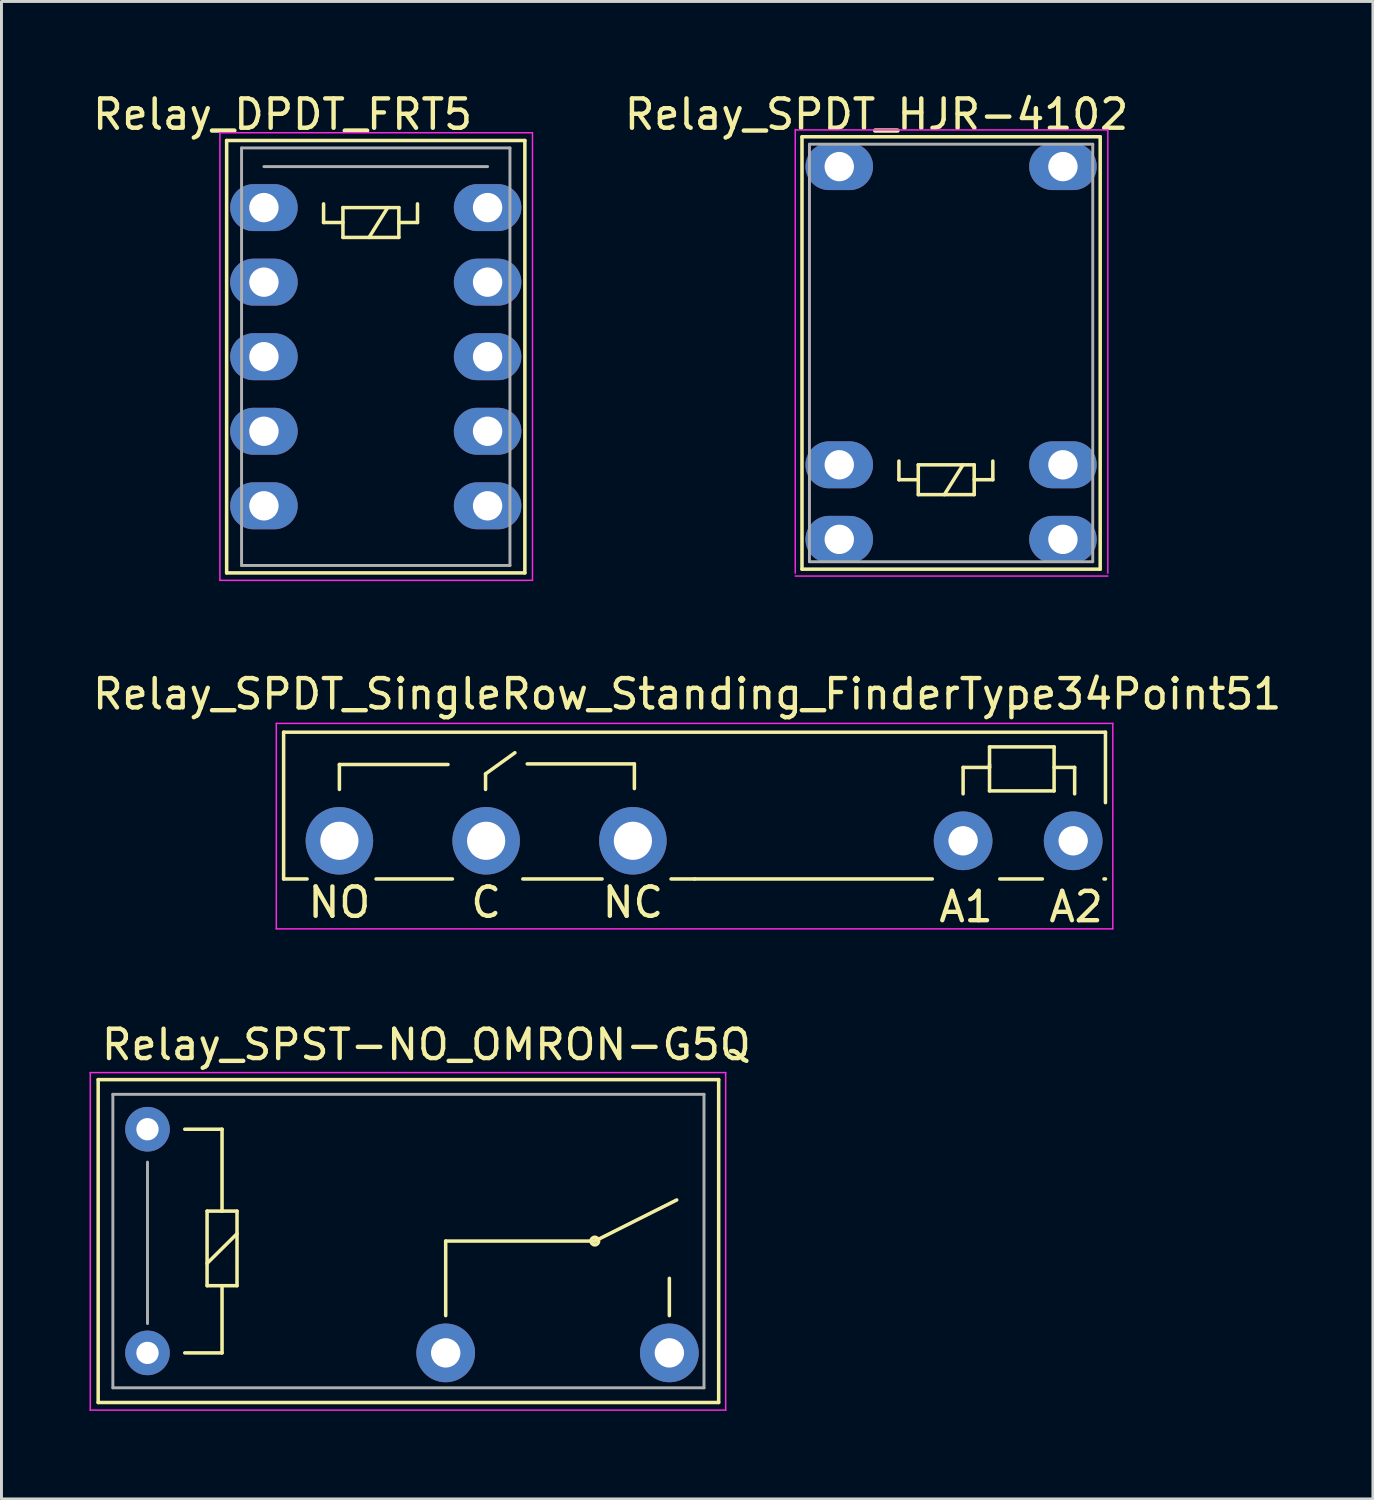
<source format=kicad_pcb>
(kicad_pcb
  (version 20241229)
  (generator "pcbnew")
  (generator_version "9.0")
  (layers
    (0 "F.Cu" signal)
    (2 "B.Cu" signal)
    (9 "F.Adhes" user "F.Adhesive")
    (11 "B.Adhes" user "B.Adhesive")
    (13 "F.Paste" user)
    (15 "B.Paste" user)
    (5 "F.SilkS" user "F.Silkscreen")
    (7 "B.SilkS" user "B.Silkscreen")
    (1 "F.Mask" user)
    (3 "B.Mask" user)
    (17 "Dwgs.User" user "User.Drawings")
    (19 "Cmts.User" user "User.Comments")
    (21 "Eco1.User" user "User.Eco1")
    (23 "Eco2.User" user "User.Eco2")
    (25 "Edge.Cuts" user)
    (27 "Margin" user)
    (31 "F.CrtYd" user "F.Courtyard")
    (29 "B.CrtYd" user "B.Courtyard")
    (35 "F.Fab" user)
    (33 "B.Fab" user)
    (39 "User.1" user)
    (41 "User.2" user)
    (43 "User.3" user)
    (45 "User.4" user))
  (footprint "Relay_SPDT_SingleRow_Standing_FinderType34Point51"
    (layer "F.Cu")
    (at 20.363 25.596)
    (property "Reference" "Relay_SPDT_SingleRow_Standing_FinderType34Point51" (at 0 -5 0) (layer "F.SilkS") (effects (font (size 1 1) (thickness 0.15))))
    (attr through_hole)
    (fp_line (start -13.75 -3.7) (end 14.25 -3.7) (stroke (width 0.12) (type solid)) (layer "F.SilkS"))
    (fp_line (start -13.75 1.3) (end -13.75 -3.7) (stroke (width 0.12) (type solid)) (layer "F.SilkS"))
    (fp_line (start -12.95 1.3) (end -13.75 1.3) (stroke (width 0.12) (type solid)) (layer "F.SilkS"))
    (fp_line (start -11.85 -2.6) (end -11.85 -1.75) (stroke (width 0.12) (type solid)) (layer "F.SilkS"))
    (fp_line (start -8.15 -2.6) (end -11.85 -2.6) (stroke (width 0.12) (type solid)) (layer "F.SilkS"))
    (fp_line (start -8 1.3) (end -10.6 1.3) (stroke (width 0.12) (type solid)) (layer "F.SilkS"))
    (fp_line (start -6.87 -2.28) (end -5.87 -3) (stroke (width 0.12) (type solid)) (layer "F.SilkS"))
    (fp_line (start -6.87 -1.75) (end -6.87 -2.28) (stroke (width 0.12) (type solid)) (layer "F.SilkS"))
    (fp_line (start -5.45 -2.62) (end -1.8 -2.62) (stroke (width 0.12) (type solid)) (layer "F.SilkS"))
    (fp_line (start -2.9 1.3) (end -5.6 1.3) (stroke (width 0.12) (type solid)) (layer "F.SilkS"))
    (fp_line (start -1.8 -2.62) (end -1.8 -1.78) (stroke (width 0.12) (type solid)) (layer "F.SilkS"))
    (fp_line (start 0.25 1.3) (end -0.55 1.3) (stroke (width 0.12) (type solid)) (layer "F.SilkS"))
    (fp_line (start 8.35 1.3) (end 0.25 1.3) (stroke (width 0.12) (type solid)) (layer "F.SilkS"))
    (fp_line (start 9.4 -2.5) (end 10.3 -2.5) (stroke (width 0.12) (type solid)) (layer "F.SilkS"))
    (fp_line (start 9.4 -1.6) (end 9.4 -2.5) (stroke (width 0.12) (type solid)) (layer "F.SilkS"))
    (fp_line (start 10.3 -3.2) (end 12.5 -3.2) (stroke (width 0.12) (type solid)) (layer "F.SilkS"))
    (fp_line (start 10.3 -2.5) (end 10.3 -3.2) (stroke (width 0.12) (type solid)) (layer "F.SilkS"))
    (fp_line (start 10.3 -1.7) (end 10.3 -2.6) (stroke (width 0.12) (type solid)) (layer "F.SilkS"))
    (fp_line (start 12.1 1.3) (end 10.65 1.3) (stroke (width 0.12) (type solid)) (layer "F.SilkS"))
    (fp_line (start 12.5 -3.2) (end 12.5 -1.7) (stroke (width 0.12) (type solid)) (layer "F.SilkS"))
    (fp_line (start 12.5 -2.5) (end 13.2 -2.5) (stroke (width 0.12) (type solid)) (layer "F.SilkS"))
    (fp_line (start 12.5 -1.7) (end 10.3 -1.7) (stroke (width 0.12) (type solid)) (layer "F.SilkS"))
    (fp_line (start 13.2 -2.5) (end 13.2 -1.6) (stroke (width 0.12) (type solid)) (layer "F.SilkS"))
    (fp_line (start 14.25 -3.7) (end 14.25 -1.3) (stroke (width 0.12) (type solid)) (layer "F.SilkS"))
    (fp_line (start 14.25 1.3) (end 14.2 1.3) (stroke (width 0.12) (type solid)) (layer "F.SilkS"))
    (fp_line (start -14 -4) (end -14 3) (stroke (width 0.05) (type solid)) (layer "F.CrtYd"))
    (fp_line (start -14 -4) (end 14.5 -4) (stroke (width 0.05) (type solid)) (layer "F.CrtYd"))
    (fp_line (start -14 3) (end 14.5 3) (stroke (width 0.05) (type solid)) (layer "F.CrtYd"))
    (fp_line (start 14.5 -4) (end 14.5 3) (stroke (width 0.05) (type solid)) (layer "F.CrtYd"))
    (fp_text user "C" (at -6.85 2.1 0) (layer "F.SilkS") (effects (font (size 1 1) (thickness 0.15))))
    (fp_text user "NC" (at -1.85 2.1 0) (layer "F.SilkS") (effects (font (size 1 1) (thickness 0.15))))
    (fp_text user "A2" (at 13.25 2.25 0) (layer "F.SilkS") (effects (font (size 1 1) (thickness 0.15))))
    (fp_text user "NO" (at -11.85 2.1 0) (layer "F.SilkS") (effects (font (size 1 1) (thickness 0.15))))
    (fp_text user "A1" (at 9.5 2.25 0) (layer "F.SilkS") (effects (font (size 1 1) (thickness 0.15))))
    (pad "11" thru_hole circle (at -6.85 0 180) (size 2.3 2.3) (drill 1.3) (layers "*.Cu" "*.Mask"))
    (pad "12" thru_hole circle (at -1.85 0 180) (size 2.3 2.3) (drill 1.3) (layers "*.Cu" "*.Mask"))
    (pad "14" thru_hole circle (at -11.85 0 180) (size 2.3 2.3) (drill 1.3) (layers "*.Cu" "*.Mask"))
    (pad "A1" thru_hole circle (at 9.4 0 180) (size 2 2) (drill 1) (layers "*.Cu" "*.Mask"))
    (pad "A2" thru_hole circle (at 13.15 0 180) (size 2 2) (drill 1) (layers "*.Cu" "*.Mask")))
  (footprint "Relay_SPST-NO_OMRON-G5Q"
    (layer "F.Cu")
    (at 1.975 43.043)
    (property "Reference" "Relay_SPST-NO_OMRON-G5Q" (at 9.5 -10.5 180) (layer "F.SilkS") (effects (font (size 1 1) (thickness 0.15))))
    (attr through_hole)
    (fp_line (start -1.68 -9.31) (end 19.46 -9.31) (stroke (width 0.12) (type solid)) (layer "F.SilkS"))
    (fp_line (start -1.68 1.69) (end -1.68 -9.31) (stroke (width 0.12) (type solid)) (layer "F.SilkS"))
    (fp_line (start -1.68 1.69) (end 19.46 1.69) (stroke (width 0.12) (type solid)) (layer "F.SilkS"))
    (fp_line (start 1.27 0) (end 2.54 0) (stroke (width 0.12) (type solid)) (layer "F.SilkS"))
    (fp_line (start 2.03 -4.83) (end 2.54 -4.83) (stroke (width 0.12) (type solid)) (layer "F.SilkS"))
    (fp_line (start 2.03 -3.05) (end 3.05 -4.06) (stroke (width 0.12) (type solid)) (layer "F.SilkS"))
    (fp_line (start 2.03 -2.29) (end 2.03 -4.83) (stroke (width 0.12) (type solid)) (layer "F.SilkS"))
    (fp_line (start 2.54 -7.62) (end 1.27 -7.62) (stroke (width 0.12) (type solid)) (layer "F.SilkS"))
    (fp_line (start 2.54 -4.83) (end 2.54 -7.62) (stroke (width 0.12) (type solid)) (layer "F.SilkS"))
    (fp_line (start 2.54 -4.83) (end 3.05 -4.83) (stroke (width 0.12) (type solid)) (layer "F.SilkS"))
    (fp_line (start 2.54 -2.29) (end 2.03 -2.29) (stroke (width 0.12) (type solid)) (layer "F.SilkS"))
    (fp_line (start 2.54 0) (end 2.54 -2.29) (stroke (width 0.12) (type solid)) (layer "F.SilkS"))
    (fp_line (start 3.05 -4.83) (end 3.05 -2.29) (stroke (width 0.12) (type solid)) (layer "F.SilkS"))
    (fp_line (start 3.05 -2.29) (end 2.54 -2.29) (stroke (width 0.12) (type solid)) (layer "F.SilkS"))
    (fp_line (start 10.16 -3.81) (end 15.24 -3.81) (stroke (width 0.12) (type solid)) (layer "F.SilkS"))
    (fp_line (start 10.16 -1.27) (end 10.16 -3.81) (stroke (width 0.12) (type solid)) (layer "F.SilkS"))
    (fp_line (start 15.24 -3.81) (end 18.03 -5.21) (stroke (width 0.12) (type solid)) (layer "F.SilkS"))
    (fp_line (start 17.78 -1.27) (end 17.78 -2.54) (stroke (width 0.12) (type solid)) (layer "F.SilkS"))
    (fp_line (start 19.46 1.69) (end 19.46 -9.31) (stroke (width 0.12) (type solid)) (layer "F.SilkS"))
    (fp_circle (center 15.24 -3.81) (end 15.24 -3.68) (stroke (width 0.12) (type solid)) (fill no) (layer "F.SilkS"))
    (fp_line (start -1.95 -9.55) (end 19.7 -9.55) (stroke (width 0.05) (type solid)) (layer "F.CrtYd"))
    (fp_line (start -1.95 1.95) (end -1.95 -9.55) (stroke (width 0.05) (type solid)) (layer "F.CrtYd"))
    (fp_line (start 19.7 -9.55) (end 19.7 1.95) (stroke (width 0.05) (type solid)) (layer "F.CrtYd"))
    (fp_line (start 19.7 1.95) (end -1.95 1.95) (stroke (width 0.05) (type solid)) (layer "F.CrtYd"))
    (fp_line (start -1.18 -8.81) (end 18.96 -8.81) (stroke (width 0.1) (type solid)) (layer "F.Fab"))
    (fp_line (start -1.18 1.19) (end -1.18 -8.81) (stroke (width 0.1) (type solid)) (layer "F.Fab"))
    (fp_line (start 0 -1) (end 0 -6.5) (stroke (width 0.1) (type solid)) (layer "F.Fab"))
    (fp_line (start 18.96 -8.81) (end 18.96 1.19) (stroke (width 0.1) (type solid)) (layer "F.Fab"))
    (fp_line (start 18.96 1.19) (end -1.18 1.19) (stroke (width 0.1) (type solid)) (layer "F.Fab"))
    (pad "1" thru_hole circle (at 0 0 180) (size 1.52 1.52) (drill 0.76) (layers "*.Cu" "*.Mask"))
    (pad "2" thru_hole circle (at 10.16 0 180) (size 2 2) (drill 1) (layers "*.Cu" "*.Mask"))
    (pad "3" thru_hole circle (at 17.78 0 180) (size 2 2) (drill 1) (layers "*.Cu" "*.Mask"))
    (pad "5" thru_hole circle (at 0 -7.62 180) (size 1.52 1.52) (drill 0.76) (layers "*.Cu" "*.Mask")))
  (footprint "Relay_DPDT_FRT5"
    (layer "F.Cu")
    (at 5.942 4.023)
    (property "Reference" "Relay_DPDT_FRT5" (at 0.635 -3.175 0) (layer "F.SilkS") (effects (font (size 1 1) (thickness 0.15))))
    (attr through_hole)
    (fp_line (start -1.27 -2.286) (end 8.89 -2.286) (stroke (width 0.12) (type solid)) (layer "F.SilkS"))
    (fp_line (start -1.27 12.446) (end -1.27 -2.286) (stroke (width 0.12) (type solid)) (layer "F.SilkS"))
    (fp_line (start 2.032 -0.127) (end 2.032 0.508) (stroke (width 0.12) (type solid)) (layer "F.SilkS"))
    (fp_line (start 2.032 0.508) (end 2.692 0.508) (stroke (width 0.12) (type solid)) (layer "F.SilkS"))
    (fp_line (start 2.692 0) (end 2.692 1.016) (stroke (width 0.12) (type solid)) (layer "F.SilkS"))
    (fp_line (start 2.692 1.016) (end 4.597 1.016) (stroke (width 0.12) (type solid)) (layer "F.SilkS"))
    (fp_line (start 4.216 0) (end 3.581 1.016) (stroke (width 0.12) (type solid)) (layer "F.SilkS"))
    (fp_line (start 4.597 0) (end 2.692 0) (stroke (width 0.12) (type solid)) (layer "F.SilkS"))
    (fp_line (start 4.597 0) (end 4.597 1.016) (stroke (width 0.12) (type solid)) (layer "F.SilkS"))
    (fp_line (start 5.232 -0.127) (end 5.232 0.508) (stroke (width 0.12) (type solid)) (layer "F.SilkS"))
    (fp_line (start 5.232 0.508) (end 4.597 0.508) (stroke (width 0.12) (type solid)) (layer "F.SilkS"))
    (fp_line (start 8.89 -2.286) (end 8.89 12.446) (stroke (width 0.12) (type solid)) (layer "F.SilkS"))
    (fp_line (start 8.89 12.446) (end -1.27 12.446) (stroke (width 0.12) (type solid)) (layer "F.SilkS"))
    (fp_line (start -1.5 -2.55) (end 9.15 -2.55) (stroke (width 0.05) (type solid)) (layer "F.CrtYd"))
    (fp_line (start -1.5 12.7) (end -1.5 -2.55) (stroke (width 0.05) (type solid)) (layer "F.CrtYd"))
    (fp_line (start 9.15 -2.55) (end 9.15 12.7) (stroke (width 0.05) (type solid)) (layer "F.CrtYd"))
    (fp_line (start 9.15 12.7) (end -1.5 12.7) (stroke (width 0.05) (type solid)) (layer "F.CrtYd"))
    (fp_line (start -0.762 -2.032) (end 8.382 -2.032) (stroke (width 0.1) (type solid)) (layer "F.Fab"))
    (fp_line (start -0.762 12.192) (end -0.762 -2.032) (stroke (width 0.1) (type solid)) (layer "F.Fab"))
    (fp_line (start 0 -1.397) (end 7.62 -1.397) (stroke (width 0.1) (type solid)) (layer "F.Fab"))
    (fp_line (start 8.382 -2.032) (end 8.382 12.192) (stroke (width 0.1) (type solid)) (layer "F.Fab"))
    (fp_line (start 8.382 12.192) (end -0.762 12.192) (stroke (width 0.1) (type solid)) (layer "F.Fab"))
    (pad "1" thru_hole oval (at 0 0) (size 2.3 1.6) (drill 1) (layers "*.Cu" "*.Mask"))
    (pad "2" thru_hole oval (at 0 2.54) (size 2.3 1.6) (drill 1) (layers "*.Cu" "*.Mask"))
    (pad "3" thru_hole oval (at 0 5.08) (size 2.3 1.6) (drill 1) (layers "*.Cu" "*.Mask"))
    (pad "4" thru_hole oval (at 0 7.62) (size 2.3 1.6) (drill 1) (layers "*.Cu" "*.Mask"))
    (pad "5" thru_hole oval (at 0 10.16) (size 2.3 1.6) (drill 1) (layers "*.Cu" "*.Mask"))
    (pad "6" thru_hole oval (at 7.62 10.16) (size 2.3 1.6) (drill 1) (layers "*.Cu" "*.Mask"))
    (pad "7" thru_hole oval (at 7.62 7.62) (size 2.3 1.6) (drill 1) (layers "*.Cu" "*.Mask"))
    (pad "8" thru_hole oval (at 7.62 5.08) (size 2.3 1.6) (drill 1) (layers "*.Cu" "*.Mask"))
    (pad "9" thru_hole oval (at 7.62 2.54) (size 2.3 1.6) (drill 1) (layers "*.Cu" "*.Mask"))
    (pad "10" thru_hole oval (at 7.62 0) (size 2.3 1.6) (drill 1) (layers "*.Cu" "*.Mask")))
  (footprint "Relay_SPDT_HJR-4102"
    (layer "F.Cu")
    (at 25.544 2.626)
    (property "Reference" "Relay_SPDT_HJR-4102" (at 1.27 -1.778 0) (layer "F.SilkS") (effects (font (size 1 1) (thickness 0.15))))
    (attr through_hole)
    (fp_line (start -1.27 -1.016) (end 8.89 -1.016) (stroke (width 0.12) (type solid)) (layer "F.SilkS"))
    (fp_line (start -1.27 13.716) (end -1.27 -1.016) (stroke (width 0.12) (type solid)) (layer "F.SilkS"))
    (fp_line (start 2.032 10.033) (end 2.032 10.668) (stroke (width 0.12) (type solid)) (layer "F.SilkS"))
    (fp_line (start 2.032 10.668) (end 2.692 10.668) (stroke (width 0.12) (type solid)) (layer "F.SilkS"))
    (fp_line (start 2.692 10.16) (end 2.692 11.176) (stroke (width 0.12) (type solid)) (layer "F.SilkS"))
    (fp_line (start 2.692 11.176) (end 4.597 11.176) (stroke (width 0.12) (type solid)) (layer "F.SilkS"))
    (fp_line (start 4.216 10.16) (end 3.581 11.176) (stroke (width 0.12) (type solid)) (layer "F.SilkS"))
    (fp_line (start 4.597 10.16) (end 2.692 10.16) (stroke (width 0.12) (type solid)) (layer "F.SilkS"))
    (fp_line (start 4.597 10.16) (end 4.597 11.176) (stroke (width 0.12) (type solid)) (layer "F.SilkS"))
    (fp_line (start 5.232 10.033) (end 5.232 10.668) (stroke (width 0.12) (type solid)) (layer "F.SilkS"))
    (fp_line (start 5.232 10.668) (end 4.597 10.668) (stroke (width 0.12) (type solid)) (layer "F.SilkS"))
    (fp_line (start 8.89 -1.016) (end 8.89 13.716) (stroke (width 0.12) (type solid)) (layer "F.SilkS"))
    (fp_line (start 8.89 13.716) (end -1.27 13.716) (stroke (width 0.12) (type solid)) (layer "F.SilkS"))
    (fp_line (start -1.5 -1.25) (end 9.15 -1.25) (stroke (width 0.05) (type solid)) (layer "F.CrtYd"))
    (fp_line (start -1.5 13.85) (end -1.5 -1.25) (stroke (width 0.05) (type solid)) (layer "F.CrtYd"))
    (fp_line (start 9.15 -1.25) (end 9.15 13.85) (stroke (width 0.05) (type solid)) (layer "F.CrtYd"))
    (fp_line (start 9.15 13.95) (end -1.5 13.95) (stroke (width 0.05) (type solid)) (layer "F.CrtYd"))
    (fp_line (start -1.016 -0.762) (end 8.636 -0.762) (stroke (width 0.1) (type solid)) (layer "F.Fab"))
    (fp_line (start -1.016 13.462) (end -1.016 -0.762) (stroke (width 0.1) (type solid)) (layer "F.Fab"))
    (fp_line (start 8.636 -0.762) (end 8.636 13.462) (stroke (width 0.1) (type solid)) (layer "F.Fab"))
    (fp_line (start 8.636 13.462) (end -1.016 13.462) (stroke (width 0.1) (type solid)) (layer "F.Fab"))
    (pad "1" thru_hole oval (at 0 0) (size 2.3 1.6) (drill 1) (layers "*.Cu" "*.Mask"))
    (pad "5" thru_hole oval (at 0 10.16) (size 2.3 1.6) (drill 1) (layers "*.Cu" "*.Mask"))
    (pad "6" thru_hole oval (at 0 12.7) (size 2.3 1.6) (drill 1) (layers "*.Cu" "*.Mask"))
    (pad "7" thru_hole oval (at 7.62 12.7) (size 2.3 1.6) (drill 1) (layers "*.Cu" "*.Mask"))
    (pad "8" thru_hole oval (at 7.62 10.16) (size 2.3 1.6) (drill 1) (layers "*.Cu" "*.Mask"))
    (pad "12" thru_hole oval (at 7.62 0) (size 2.3 1.6) (drill 1) (layers "*.Cu" "*.Mask")))
  (gr_rect
    (start -3 -3)
    (end 43.726 48.018)
    (stroke (width 0.1) (type default))
    (fill no)
    (layer "Edge.Cuts")))
</source>
